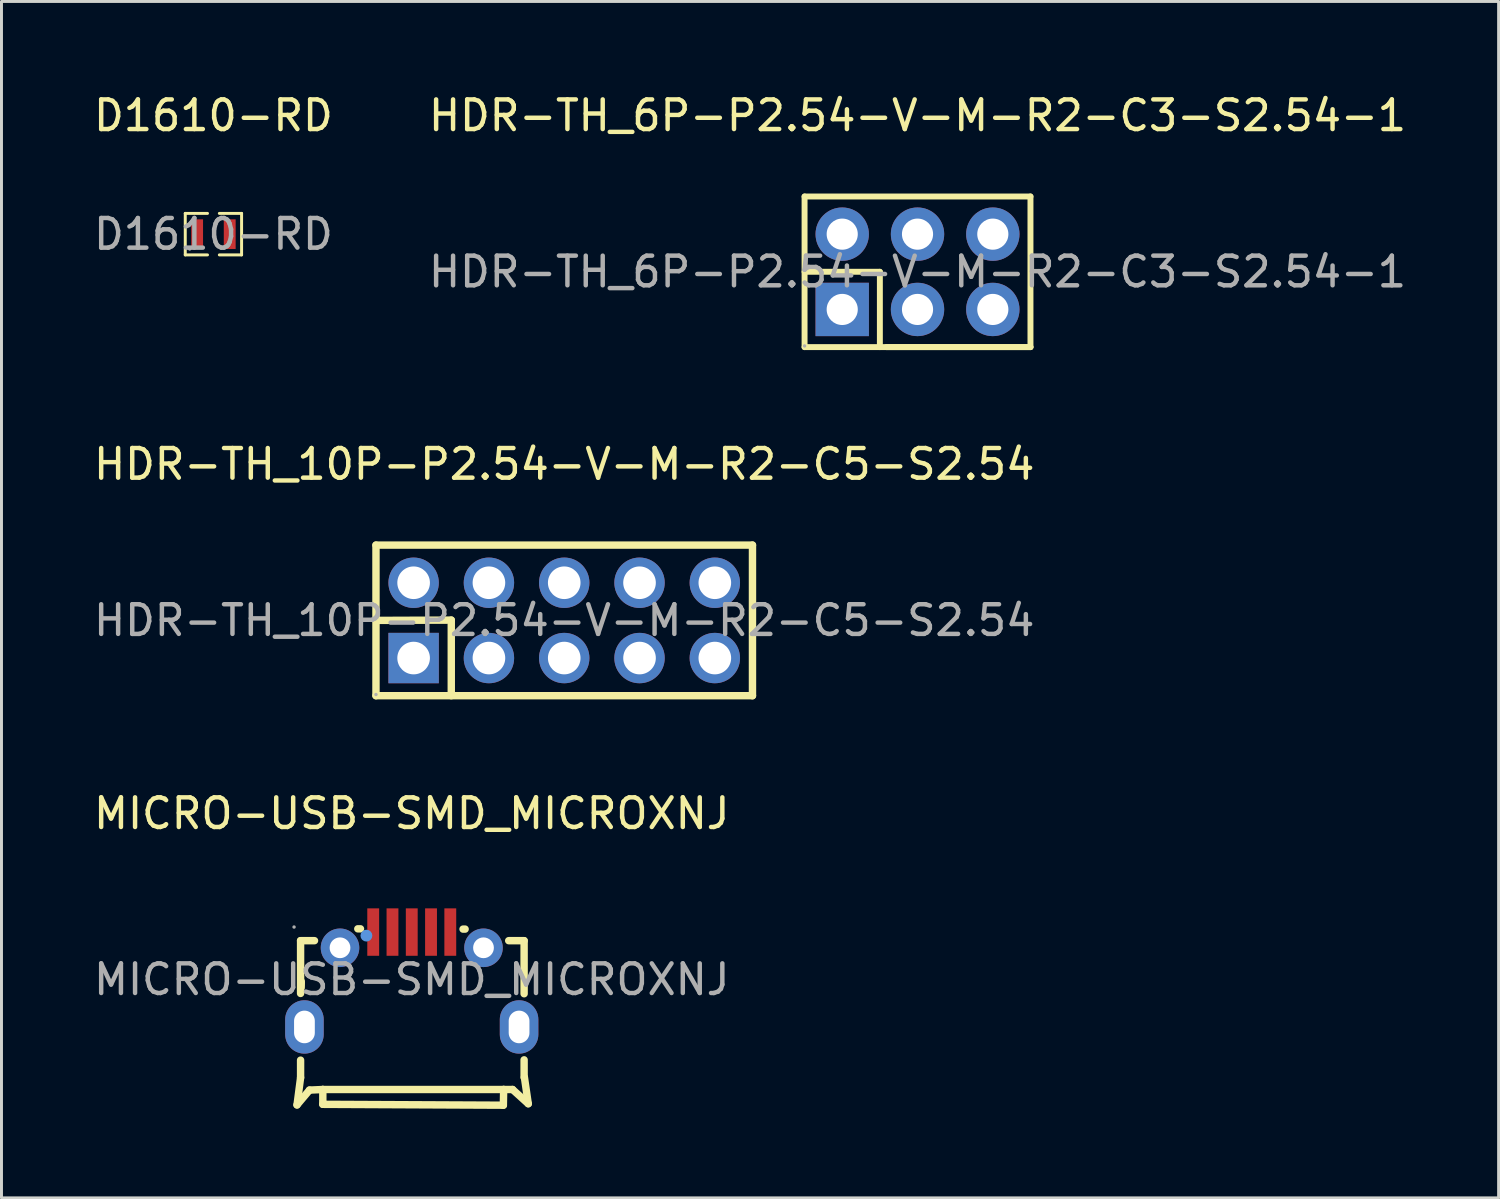
<source format=kicad_pcb>
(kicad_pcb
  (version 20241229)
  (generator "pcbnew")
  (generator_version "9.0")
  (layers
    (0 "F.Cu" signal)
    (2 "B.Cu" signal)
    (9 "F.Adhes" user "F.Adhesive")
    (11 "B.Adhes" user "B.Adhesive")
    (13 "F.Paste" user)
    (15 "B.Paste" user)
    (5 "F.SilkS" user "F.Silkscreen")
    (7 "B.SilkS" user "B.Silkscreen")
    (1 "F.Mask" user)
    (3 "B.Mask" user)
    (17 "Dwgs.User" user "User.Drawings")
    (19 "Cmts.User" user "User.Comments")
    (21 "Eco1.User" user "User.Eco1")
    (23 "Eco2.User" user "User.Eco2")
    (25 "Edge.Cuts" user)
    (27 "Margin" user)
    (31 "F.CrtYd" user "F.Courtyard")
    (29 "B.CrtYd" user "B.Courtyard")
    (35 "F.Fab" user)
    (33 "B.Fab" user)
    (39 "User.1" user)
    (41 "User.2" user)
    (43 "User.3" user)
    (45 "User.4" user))
  (footprint "MICRO-USB-SMD_MICROXNJ"
    (layer "F.Cu")
    (at 10.839 29.99)
    (property "Reference" "MICRO-USB-SMD_MICROXNJ" (at 0 -5.6 0) (layer "F.SilkS") (effects (font (size 1 1) (thickness 0.15))))
    (attr smd)
    (fp_line (start -3.87 4.23) (end -3.75 3.31) (stroke (width 0.25) (type solid)) (layer "F.SilkS"))
    (fp_line (start -3.75 -1.31) (end -3.28 -1.31) (stroke (width 0.25) (type solid)) (layer "F.SilkS"))
    (fp_line (start -3.75 0.47) (end -3.75 -1.31) (stroke (width 0.25) (type solid)) (layer "F.SilkS"))
    (fp_line (start -3.75 3.31) (end -3.75 2.72) (stroke (width 0.25) (type solid)) (layer "F.SilkS"))
    (fp_line (start -3.74 0.27) (end -3.73 0.06) (stroke (width 0.25) (type solid)) (layer "F.SilkS"))
    (fp_line (start -3.74 0.27) (end -3.73 0.1) (stroke (width 0.25) (type solid)) (layer "F.SilkS"))
    (fp_line (start -3.45 3.73) (end -3.87 4.23) (stroke (width 0.25) (type solid)) (layer "F.SilkS"))
    (fp_line (start -3 3.71) (end -3.45 3.73) (stroke (width 0.25) (type solid)) (layer "F.SilkS"))
    (fp_line (start -3 3.71) (end -3 4.21) (stroke (width 0.25) (type solid)) (layer "F.SilkS"))
    (fp_line (start -3 3.71) (end 3.1 3.71) (stroke (width 0.25) (type solid)) (layer "F.SilkS"))
    (fp_line (start -3 4.21) (end 3.09 4.24) (stroke (width 0.25) (type solid)) (layer "F.SilkS"))
    (fp_line (start -1.82 -1.71) (end -1.73 -1.71) (stroke (width 0.25) (type solid)) (layer "F.SilkS"))
    (fp_line (start 1.73 -1.7) (end 1.8 -1.7) (stroke (width 0.25) (type solid)) (layer "F.SilkS"))
    (fp_line (start 3.09 4.24) (end 3.1 3.71) (stroke (width 0.25) (type solid)) (layer "F.SilkS"))
    (fp_line (start 3.1 3.71) (end 3.4 3.71) (stroke (width 0.25) (type solid)) (layer "F.SilkS"))
    (fp_line (start 3.27 -1.31) (end 3.79 -1.31) (stroke (width 0.25) (type solid)) (layer "F.SilkS"))
    (fp_line (start 3.4 3.71) (end 3.93 4.19) (stroke (width 0.25) (type solid)) (layer "F.SilkS"))
    (fp_line (start 3.79 -1.31) (end 3.79 0.48) (stroke (width 0.25) (type solid)) (layer "F.SilkS"))
    (fp_line (start 3.79 2.71) (end 3.79 3.3) (stroke (width 0.25) (type solid)) (layer "F.SilkS"))
    (fp_line (start 3.93 4.19) (end 3.8 3.3) (stroke (width 0.25) (type solid)) (layer "F.SilkS"))
    (fp_circle (center -1.53 -1.48) (end -1.43 -1.48) (stroke (width 0.2) (type solid)) (fill no) (layer "Cmts.User"))
    (fp_circle (center -3.97 -1.77) (end -3.94 -1.77) (stroke (width 0.06) (type solid)) (fill no) (layer "F.Fab"))
    (fp_text user "${REFERENCE}" (at 0 0 0) (layer "F.Fab") (effects (font (size 1 1) (thickness 0.15))))
    (pad "1" smd rect (at -1.3 -1.6 270) (size 1.6 0.4) (layers "F.Cu" "F.Mask" "F.Paste"))
    (pad "2" smd rect (at -0.65 -1.6 270) (size 1.6 0.4) (layers "F.Cu" "F.Mask" "F.Paste"))
    (pad "3" smd rect (at 0 -1.6 270) (size 1.6 0.4) (layers "F.Cu" "F.Mask" "F.Paste"))
    (pad "4" smd rect (at 0.65 -1.6 270) (size 1.6 0.4) (layers "F.Cu" "F.Mask" "F.Paste"))
    (pad "5" smd rect (at 1.3 -1.6 270) (size 1.6 0.4) (layers "F.Cu" "F.Mask" "F.Paste"))
    (pad "6" thru_hole circle (at 2.42 -1.07) (size 1.3 1.3) (drill 0.7) (layers "*.Cu" "*.Mask"))
    (pad "7" thru_hole oval (at 3.62 1.6) (size 1.3 1.8) (drill oval 0.7 1.1) (layers "*.Cu" "*.Mask"))
    (pad "8" thru_hole oval (at -3.62 1.6) (size 1.3 1.8) (drill oval 0.7 1.1) (layers "*.Cu" "*.Mask"))
    (pad "9" thru_hole circle (at -2.42 -1.07) (size 1.3 1.3) (drill 0.7) (layers "*.Cu" "*.Mask")))
  (footprint "HDR-TH_10P-P2.54-V-M-R2-C5-S2.54"
    (layer "F.Cu")
    (at 15.982 17.877)
    (property "Reference" "HDR-TH_10P-P2.54-V-M-R2-C5-S2.54" (at 0 -5.27 0) (layer "F.SilkS") (effects (font (size 1 1) (thickness 0.15))))
    (attr through_hole)
    (fp_line (start -6.35 -2.54) (end -6.35 2.54) (stroke (width 0.25) (type solid)) (layer "F.SilkS"))
    (fp_line (start -6.35 -2.54) (end 6.35 -2.54) (stroke (width 0.25) (type solid)) (layer "F.SilkS"))
    (fp_line (start -6.35 0) (end -3.81 -0.01) (stroke (width 0.25) (type solid)) (layer "F.SilkS"))
    (fp_line (start -6.35 2.54) (end 6.35 2.54) (stroke (width 0.25) (type solid)) (layer "F.SilkS"))
    (fp_line (start -3.81 -0.01) (end -3.81 2.54) (stroke (width 0.25) (type solid)) (layer "F.SilkS"))
    (fp_line (start 6.35 -2.54) (end 6.35 2.54) (stroke (width 0.25) (type solid)) (layer "F.SilkS"))
    (fp_circle (center -6.35 2.5) (end -6.32 2.5) (stroke (width 0.06) (type solid)) (fill no) (layer "F.Fab"))
    (fp_text user "${REFERENCE}" (at 0 0 0) (layer "F.Fab") (effects (font (size 1 1) (thickness 0.15))))
    (pad "1" thru_hole rect (at -5.08 1.27) (size 1.7 1.7) (drill 1.1) (layers "*.Cu" "*.Mask"))
    (pad "2" thru_hole circle (at -5.08 -1.27) (size 1.7 1.7) (drill 1.1) (layers "*.Cu" "*.Mask"))
    (pad "3" thru_hole circle (at -2.54 1.27) (size 1.7 1.7) (drill 1.1) (layers "*.Cu" "*.Mask"))
    (pad "4" thru_hole circle (at -2.54 -1.27) (size 1.7 1.7) (drill 1.1) (layers "*.Cu" "*.Mask"))
    (pad "5" thru_hole circle (at 0 1.27) (size 1.7 1.7) (drill 1.1) (layers "*.Cu" "*.Mask"))
    (pad "6" thru_hole circle (at 0 -1.27) (size 1.7 1.7) (drill 1.1) (layers "*.Cu" "*.Mask"))
    (pad "7" thru_hole circle (at 2.54 1.27) (size 1.7 1.7) (drill 1.1) (layers "*.Cu" "*.Mask"))
    (pad "8" thru_hole circle (at 2.54 -1.27) (size 1.7 1.7) (drill 1.1) (layers "*.Cu" "*.Mask"))
    (pad "9" thru_hole circle (at 5.08 1.27) (size 1.7 1.7) (drill 1.1) (layers "*.Cu" "*.Mask"))
    (pad "10" thru_hole circle (at 5.08 -1.27) (size 1.7 1.7) (drill 1.1) (layers "*.Cu" "*.Mask")))
  (footprint "HDR-TH_6P-P2.54-V-M-R2-C3-S2.54-1"
    (layer "F.Cu")
    (at 27.899 6.118)
    (property "Reference" "HDR-TH_6P-P2.54-V-M-R2-C3-S2.54-1" (at 0 -5.27 0) (layer "F.SilkS") (effects (font (size 1 1) (thickness 0.15))))
    (attr through_hole)
    (fp_line (start -3.81 -2.54) (end -3.81 2.54) (stroke (width 0.2) (type solid)) (layer "F.SilkS"))
    (fp_line (start -3.81 0) (end -1.27 0) (stroke (width 0.2) (type solid)) (layer "F.SilkS"))
    (fp_line (start -3.81 2.54) (end 3.81 2.54) (stroke (width 0.2) (type solid)) (layer "F.SilkS"))
    (fp_line (start -1.27 0) (end -1.27 2.54) (stroke (width 0.2) (type solid)) (layer "F.SilkS"))
    (fp_line (start 3.81 -2.54) (end -3.81 -2.54) (stroke (width 0.2) (type solid)) (layer "F.SilkS"))
    (fp_line (start 3.81 2.54) (end -1.05 2.54) (stroke (width 0.2) (type solid)) (layer "F.SilkS"))
    (fp_line (start 3.81 2.54) (end 3.81 -2.54) (stroke (width 0.2) (type solid)) (layer "F.SilkS"))
    (fp_circle (center -3.81 2.5) (end -3.78 2.5) (stroke (width 0.06) (type solid)) (fill no) (layer "F.Fab"))
    (fp_text user "${REFERENCE}" (at 0 0 0) (layer "F.Fab") (effects (font (size 1 1) (thickness 0.15))))
    (pad "1" thru_hole rect (at -2.54 1.27) (size 1.8 1.8) (drill 1.05) (layers "*.Cu" "*.Mask"))
    (pad "2" thru_hole circle (at -2.54 -1.27) (size 1.8 1.8) (drill 1.05) (layers "*.Cu" "*.Mask"))
    (pad "3" thru_hole circle (at 0 1.27) (size 1.8 1.8) (drill 1.05) (layers "*.Cu" "*.Mask"))
    (pad "4" thru_hole circle (at 0 -1.27) (size 1.8 1.8) (drill 1.05) (layers "*.Cu" "*.Mask"))
    (pad "5" thru_hole circle (at 2.54 1.27) (size 1.8 1.8) (drill 1.05) (layers "*.Cu" "*.Mask"))
    (pad "6" thru_hole circle (at 2.54 -1.27) (size 1.8 1.8) (drill 1.05) (layers "*.Cu" "*.Mask")))
  (footprint "D1610-RD"
    (layer "F.Cu")
    (at 4.149 4.848)
    (property "Reference" "D1610-RD" (at 0 -4 0) (layer "F.SilkS") (effects (font (size 1 1) (thickness 0.15))))
    (attr smd)
    (fp_line (start -0.95 -0.7) (end -0.95 0.7) (stroke (width 0.1) (type solid)) (layer "F.SilkS"))
    (fp_line (start -0.95 0.7) (end -0.2 0.7) (stroke (width 0.1) (type solid)) (layer "F.SilkS"))
    (fp_line (start -0.2 -0.7) (end -0.95 -0.7) (stroke (width 0.1) (type solid)) (layer "F.SilkS"))
    (fp_line (start 0.2 0.7) (end 0.95 0.7) (stroke (width 0.1) (type solid)) (layer "F.SilkS"))
    (fp_line (start 0.95 -0.7) (end 0.2 -0.7) (stroke (width 0.1) (type solid)) (layer "F.SilkS"))
    (fp_line (start 0.95 0.7) (end 0.95 -0.7) (stroke (width 0.1) (type solid)) (layer "F.SilkS"))
    (fp_circle (center -0.8 0.5) (end -0.77 0.5) (stroke (width 0.06) (type solid)) (fill no) (layer "F.Fab"))
    (fp_text user "${REFERENCE}" (at 0 0 0) (layer "F.Fab") (effects (font (size 1 1) (thickness 0.15))))
    (pad "1" smd rect (at -0.55 0 90) (size 1 0.4) (layers "F.Cu" "F.Mask" "F.Paste"))
    (pad "2" smd rect (at 0.55 0 90) (size 1 0.4) (layers "F.Cu" "F.Mask" "F.Paste")))
  (gr_rect
    (start -3 -3)
    (end 47.5 37.355)
    (stroke (width 0.1) (type default))
    (fill no)
    (layer "Edge.Cuts")))
</source>
